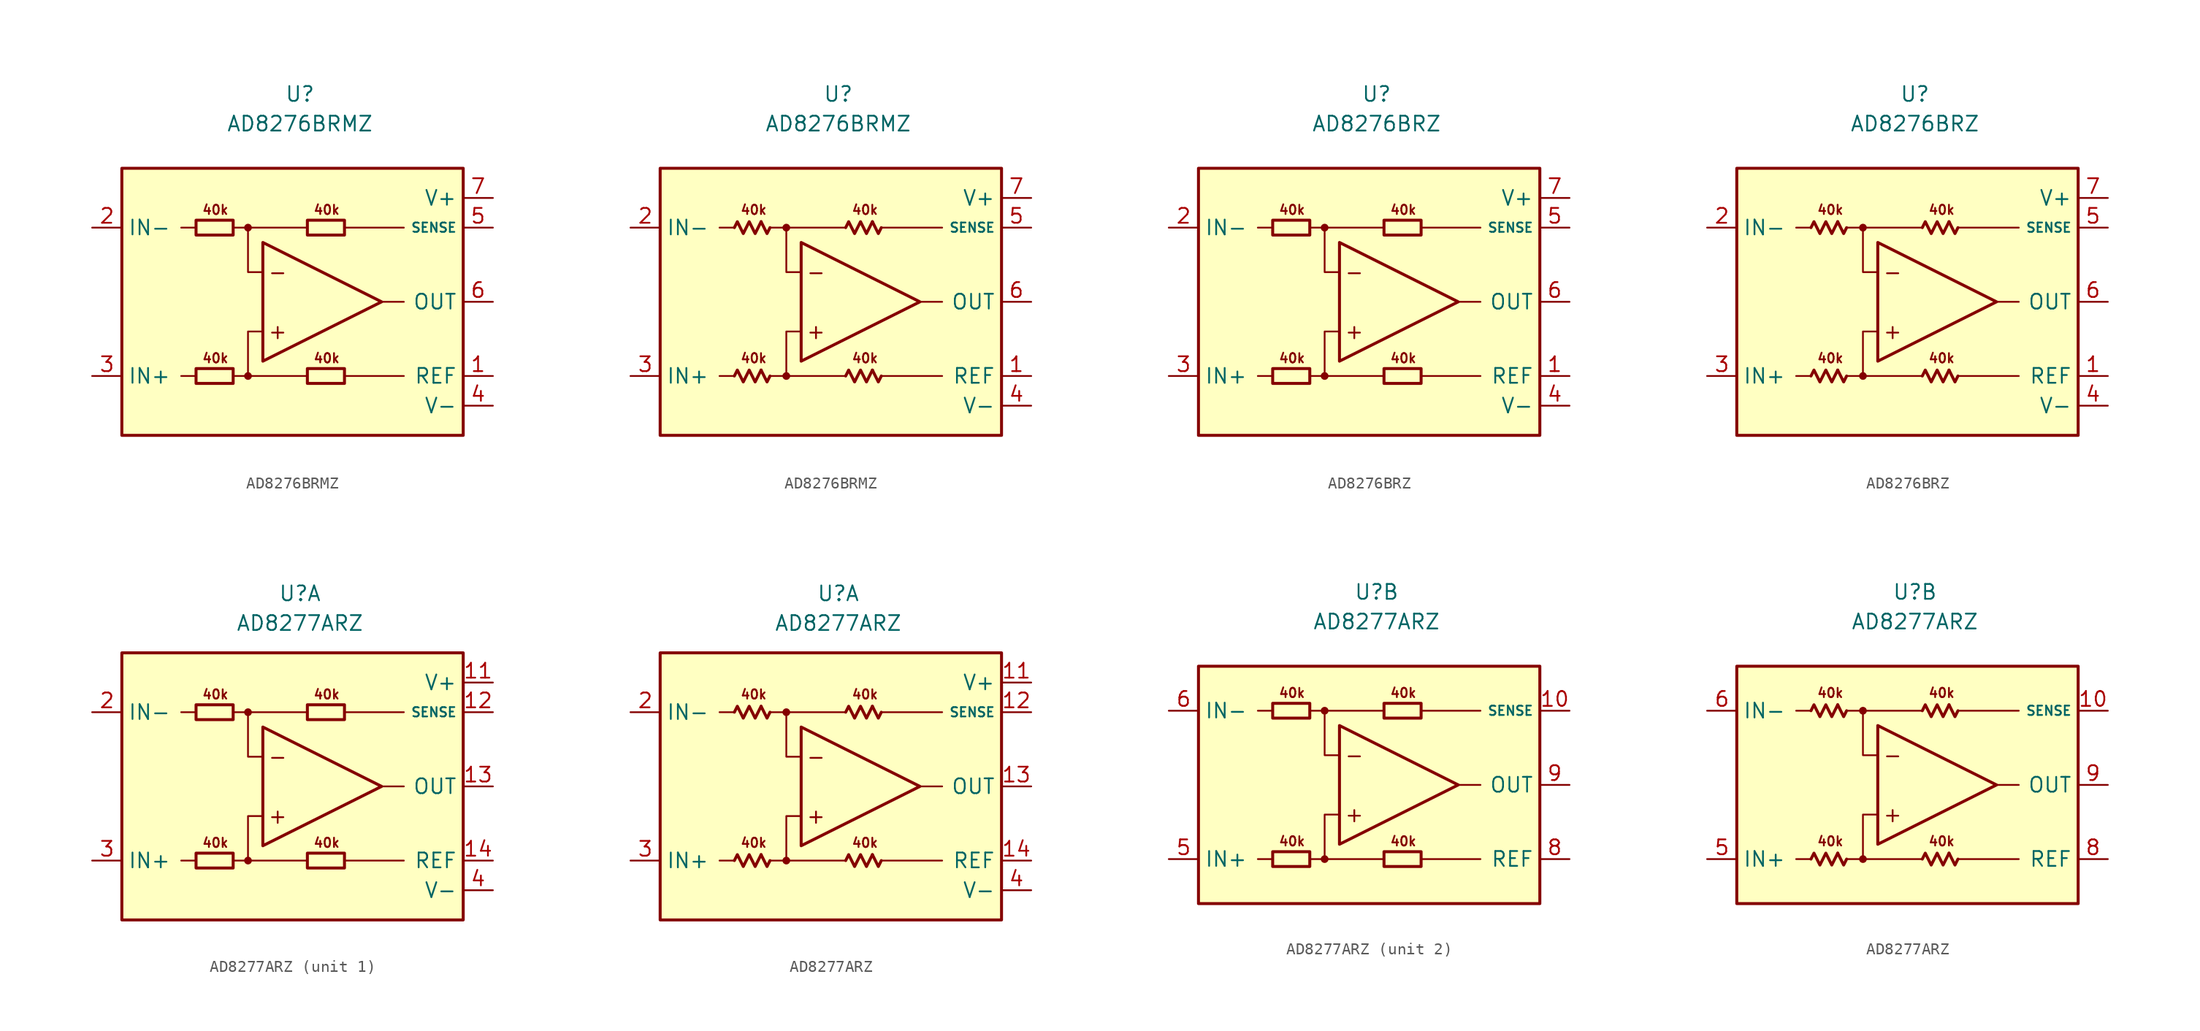
<source format=kicad_sym>
(kicad_symbol_lib
  (version 20231120)
  (generator "kicad_symbol_editor")
  (generator_version "8.0")
  (symbol "AD8276BRMZ"
    (property "Reference" "U"
      (at 0 17.78 0)
      (effects (font (size 1.27 1.27))))
    (property "Value" "AD8276BRMZ"
      (at 0 15.24 0)
      (effects (font (size 1.27 1.27))))
    (symbol "AD8276BRMZ_0_0"
      (rectangle (start -15.24 11.43) (end 13.97 -11.43) (stroke (width 0.254) (type default)) (fill (type background)))
      (circle (center -4.445 -6.35) (radius 0.254) (stroke (width 0.152) (type default)) (fill (type outline)))
      (circle (center -4.445 6.35) (radius 0.254) (stroke (width 0.152) (type default)) (fill (type outline)))
      (polyline (pts (xy -8.89 -6.35) (xy -10.16 -6.35)) (stroke (width 0.152) (type default)) (fill (type none)))
      (polyline (pts (xy -8.89 6.35) (xy -10.16 6.35)) (stroke (width 0.152) (type default)) (fill (type none)))
      (polyline (pts (xy -4.445 6.35) (xy 0.635 6.35)) (stroke (width 0.152) (type default)) (fill (type none)))
      (polyline (pts (xy 0.635 -6.35) (xy -4.445 -6.35)) (stroke (width 0.152) (type default)) (fill (type none)))
      (polyline (pts (xy 3.81 -6.35) (xy 8.89 -6.35)) (stroke (width 0.152) (type default)) (fill (type none)))
      (polyline (pts (xy 3.81 6.35) (xy 8.89 6.35)) (stroke (width 0.152) (type default)) (fill (type none)))
      (polyline (pts (xy 6.985 0) (xy 8.89 0)) (stroke (width 0.152) (type default)) (fill (type none)))
      (polyline (pts (xy -5.715 -6.35) (xy -4.445 -6.35) (xy -4.445 -2.54) (xy -3.175 -2.54)) (stroke (width 0.152) (type default)) (fill (type none)))
      (polyline (pts (xy -3.175 2.54) (xy -4.445 2.54) (xy -4.445 6.35) (xy -5.715 6.35)) (stroke (width 0.152) (type default)) (fill (type none)))
      (polyline (pts (xy -3.175 5.08) (xy -3.175 -5.08) (xy 6.985 0) (xy -3.175 5.08)) (stroke (width 0.254) (type default)) (fill (type none)))
      (text "+" (at -1.905 -2.54 0) (effects (font (size 1.27 1.27))))
      (text "-" (at -1.905 2.54 0) (effects (font (size 1.27 1.27))))
      (text "40k" (at -7.239 -4.826 0) (effects (font (size 0.8 0.8))))
      (text "40k" (at -7.239 7.874 0) (effects (font (size 0.8 0.8))))
      (text "40k" (at 2.286 -4.826 0) (effects (font (size 0.8 0.8))))
      (text "40k" (at 2.286 7.874 0) (effects (font (size 0.8 0.8)))))
    (symbol "AD8276BRMZ_0_1"
      (rectangle (start -8.89 -5.715) (end -5.715 -6.985) (stroke (width 0.254) (type default)) (fill (type none)))
      (rectangle (start -8.89 6.985) (end -5.715 5.715) (stroke (width 0.254) (type default)) (fill (type none)))
      (rectangle (start 0.635 -5.715) (end 3.81 -6.985) (stroke (width 0.254) (type default)) (fill (type none)))
      (rectangle (start 0.635 6.985) (end 3.81 5.715) (stroke (width 0.254) (type default)) (fill (type none))))
    (symbol "AD8276BRMZ_0_2"
      (polyline (pts (xy -6.604 -5.842) (xy -6.096 -6.858) (xy -5.842 -6.35)) (stroke (width 0.254) (type default)) (fill (type none)))
      (polyline (pts (xy -6.604 6.858) (xy -6.096 5.842) (xy -5.842 6.35)) (stroke (width 0.254) (type default)) (fill (type none)))
      (polyline (pts (xy 2.921 -5.842) (xy 3.429 -6.858) (xy 3.683 -6.35)) (stroke (width 0.254) (type default)) (fill (type none)))
      (polyline (pts (xy 2.921 6.858) (xy 3.429 5.842) (xy 3.683 6.35)) (stroke (width 0.254) (type default)) (fill (type none)))
      (polyline (pts (xy -8.89 -6.35) (xy -8.636 -5.842) (xy -8.128 -6.858) (xy -7.62 -5.842) (xy -7.112 -6.858) (xy -6.604 -5.842)) (stroke (width 0.254) (type default)) (fill (type none)))
      (polyline (pts (xy -8.89 6.35) (xy -8.636 6.858) (xy -8.128 5.842) (xy -7.62 6.858) (xy -7.112 5.842) (xy -6.604 6.858)) (stroke (width 0.254) (type default)) (fill (type none)))
      (polyline (pts (xy 0.635 -6.35) (xy 0.889 -5.842) (xy 1.397 -6.858) (xy 1.905 -5.842) (xy 2.413 -6.858) (xy 2.921 -5.842)) (stroke (width 0.254) (type default)) (fill (type none)))
      (polyline (pts (xy 0.635 6.35) (xy 0.889 6.858) (xy 1.397 5.842) (xy 1.905 6.858) (xy 2.413 5.842) (xy 2.921 6.858)) (stroke (width 0.254) (type default)) (fill (type none))))
    (symbol "AD8276BRMZ_1_1"
      (pin input line (at 16.51 -6.35 180) (length 2.54) (name "REF" (effects (font (size 1.27 1.27)))) (number "1" (effects (font (size 1.27 1.27)))))
      (pin input line (at -17.78 6.35 0) (length 2.54) (name "IN-" (effects (font (size 1.27 1.27)))) (number "2" (effects (font (size 1.27 1.27)))))
      (pin input line (at -17.78 -6.35 0) (length 2.54) (name "IN+" (effects (font (size 1.27 1.27)))) (number "3" (effects (font (size 1.27 1.27)))))
      (pin power_in line (at 16.51 -8.89 180) (length 2.54) (name "V-" (effects (font (size 1.27 1.27)))) (number "4" (effects (font (size 1.27 1.27)))))
      (pin input line (at 16.51 6.35 180) (length 2.54) (name "SENSE" (effects (font (size 0.8 0.8)))) (number "5" (effects (font (size 1.27 1.27)))))
      (pin output line (at 16.51 0 180) (length 2.54) (name "OUT" (effects (font (size 1.27 1.27)))) (number "6" (effects (font (size 1.27 1.27)))))
      (pin power_in line (at 16.51 8.89 180) (length 2.54) (name "V+" (effects (font (size 1.27 1.27)))) (number "7" (effects (font (size 1.27 1.27)))))
      (pin free line (at -7.62 0 0) (length 2.54) hide (name "NC" (effects (font (size 1.27 1.27)))) (number "8" (effects (font (size 1.27 1.27))))))
    (symbol "AD8276BRMZ_1_2"
      (pin input line (at 16.51 -6.35 180) (length 2.54) (name "REF" (effects (font (size 1.27 1.27)))) (number "1" (effects (font (size 1.27 1.27)))))
      (pin input line (at -17.78 6.35 0) (length 2.54) (name "IN-" (effects (font (size 1.27 1.27)))) (number "2" (effects (font (size 1.27 1.27)))))
      (pin input line (at -17.78 -6.35 0) (length 2.54) (name "IN+" (effects (font (size 1.27 1.27)))) (number "3" (effects (font (size 1.27 1.27)))))
      (pin power_in line (at 16.51 -8.89 180) (length 2.54) (name "V-" (effects (font (size 1.27 1.27)))) (number "4" (effects (font (size 1.27 1.27)))))
      (pin input line (at 16.51 6.35 180) (length 2.54) (name "SENSE" (effects (font (size 0.8 0.8)))) (number "5" (effects (font (size 1.27 1.27)))))
      (pin output line (at 16.51 0 180) (length 2.54) (name "OUT" (effects (font (size 1.27 1.27)))) (number "6" (effects (font (size 1.27 1.27)))))
      (pin power_in line (at 16.51 8.89 180) (length 2.54) (name "V+" (effects (font (size 1.27 1.27)))) (number "7" (effects (font (size 1.27 1.27)))))
      (pin free line (at -7.62 0 0) (length 2.54) hide (name "NC" (effects (font (size 1.27 1.27)))) (number "8" (effects (font (size 1.27 1.27)))))))
  (symbol "AD8276BRZ"
    (property "Reference" "U"
      (at 0 17.78 0)
      (effects (font (size 1.27 1.27))))
    (property "Value" "AD8276BRZ"
      (at 0 15.24 0)
      (effects (font (size 1.27 1.27))))
    (symbol "AD8276BRZ_0_0"
      (rectangle (start -15.24 11.43) (end 13.97 -11.43) (stroke (width 0.254) (type default)) (fill (type background)))
      (circle (center -4.445 -6.35) (radius 0.254) (stroke (width 0.152) (type default)) (fill (type outline)))
      (circle (center -4.445 6.35) (radius 0.254) (stroke (width 0.152) (type default)) (fill (type outline)))
      (polyline (pts (xy -8.89 -6.35) (xy -10.16 -6.35)) (stroke (width 0.152) (type default)) (fill (type none)))
      (polyline (pts (xy -8.89 6.35) (xy -10.16 6.35)) (stroke (width 0.152) (type default)) (fill (type none)))
      (polyline (pts (xy -4.445 6.35) (xy 0.635 6.35)) (stroke (width 0.152) (type default)) (fill (type none)))
      (polyline (pts (xy 0.635 -6.35) (xy -4.445 -6.35)) (stroke (width 0.152) (type default)) (fill (type none)))
      (polyline (pts (xy 3.81 -6.35) (xy 8.89 -6.35)) (stroke (width 0.152) (type default)) (fill (type none)))
      (polyline (pts (xy 3.81 6.35) (xy 8.89 6.35)) (stroke (width 0.152) (type default)) (fill (type none)))
      (polyline (pts (xy 6.985 0) (xy 8.89 0)) (stroke (width 0.152) (type default)) (fill (type none)))
      (polyline (pts (xy -5.715 -6.35) (xy -4.445 -6.35) (xy -4.445 -2.54) (xy -3.175 -2.54)) (stroke (width 0.152) (type default)) (fill (type none)))
      (polyline (pts (xy -3.175 2.54) (xy -4.445 2.54) (xy -4.445 6.35) (xy -5.715 6.35)) (stroke (width 0.152) (type default)) (fill (type none)))
      (polyline (pts (xy -3.175 5.08) (xy -3.175 -5.08) (xy 6.985 0) (xy -3.175 5.08)) (stroke (width 0.254) (type default)) (fill (type none)))
      (text "+" (at -1.905 -2.54 0) (effects (font (size 1.27 1.27))))
      (text "-" (at -1.905 2.54 0) (effects (font (size 1.27 1.27))))
      (text "40k" (at -7.239 -4.826 0) (effects (font (size 0.8 0.8))))
      (text "40k" (at -7.239 7.874 0) (effects (font (size 0.8 0.8))))
      (text "40k" (at 2.286 -4.826 0) (effects (font (size 0.8 0.8))))
      (text "40k" (at 2.286 7.874 0) (effects (font (size 0.8 0.8)))))
    (symbol "AD8276BRZ_0_1"
      (rectangle (start -8.89 -5.715) (end -5.715 -6.985) (stroke (width 0.254) (type default)) (fill (type none)))
      (rectangle (start -8.89 6.985) (end -5.715 5.715) (stroke (width 0.254) (type default)) (fill (type none)))
      (rectangle (start 0.635 -5.715) (end 3.81 -6.985) (stroke (width 0.254) (type default)) (fill (type none)))
      (rectangle (start 0.635 6.985) (end 3.81 5.715) (stroke (width 0.254) (type default)) (fill (type none))))
    (symbol "AD8276BRZ_0_2"
      (polyline (pts (xy -6.604 -5.842) (xy -6.096 -6.858) (xy -5.842 -6.35)) (stroke (width 0.254) (type default)) (fill (type none)))
      (polyline (pts (xy -6.604 6.858) (xy -6.096 5.842) (xy -5.842 6.35)) (stroke (width 0.254) (type default)) (fill (type none)))
      (polyline (pts (xy 2.921 -5.842) (xy 3.429 -6.858) (xy 3.683 -6.35)) (stroke (width 0.254) (type default)) (fill (type none)))
      (polyline (pts (xy 2.921 6.858) (xy 3.429 5.842) (xy 3.683 6.35)) (stroke (width 0.254) (type default)) (fill (type none)))
      (polyline (pts (xy -8.89 -6.35) (xy -8.636 -5.842) (xy -8.128 -6.858) (xy -7.62 -5.842) (xy -7.112 -6.858) (xy -6.604 -5.842)) (stroke (width 0.254) (type default)) (fill (type none)))
      (polyline (pts (xy -8.89 6.35) (xy -8.636 6.858) (xy -8.128 5.842) (xy -7.62 6.858) (xy -7.112 5.842) (xy -6.604 6.858)) (stroke (width 0.254) (type default)) (fill (type none)))
      (polyline (pts (xy 0.635 -6.35) (xy 0.889 -5.842) (xy 1.397 -6.858) (xy 1.905 -5.842) (xy 2.413 -6.858) (xy 2.921 -5.842)) (stroke (width 0.254) (type default)) (fill (type none)))
      (polyline (pts (xy 0.635 6.35) (xy 0.889 6.858) (xy 1.397 5.842) (xy 1.905 6.858) (xy 2.413 5.842) (xy 2.921 6.858)) (stroke (width 0.254) (type default)) (fill (type none))))
    (symbol "AD8276BRZ_1_1"
      (pin input line (at 16.51 -6.35 180) (length 2.54) (name "REF" (effects (font (size 1.27 1.27)))) (number "1" (effects (font (size 1.27 1.27)))))
      (pin input line (at -17.78 6.35 0) (length 2.54) (name "IN-" (effects (font (size 1.27 1.27)))) (number "2" (effects (font (size 1.27 1.27)))))
      (pin input line (at -17.78 -6.35 0) (length 2.54) (name "IN+" (effects (font (size 1.27 1.27)))) (number "3" (effects (font (size 1.27 1.27)))))
      (pin power_in line (at 16.51 -8.89 180) (length 2.54) (name "V-" (effects (font (size 1.27 1.27)))) (number "4" (effects (font (size 1.27 1.27)))))
      (pin input line (at 16.51 6.35 180) (length 2.54) (name "SENSE" (effects (font (size 0.8 0.8)))) (number "5" (effects (font (size 1.27 1.27)))))
      (pin output line (at 16.51 0 180) (length 2.54) (name "OUT" (effects (font (size 1.27 1.27)))) (number "6" (effects (font (size 1.27 1.27)))))
      (pin power_in line (at 16.51 8.89 180) (length 2.54) (name "V+" (effects (font (size 1.27 1.27)))) (number "7" (effects (font (size 1.27 1.27)))))
      (pin free line (at -7.62 0 0) (length 2.54) hide (name "NC" (effects (font (size 1.27 1.27)))) (number "8" (effects (font (size 1.27 1.27))))))
    (symbol "AD8276BRZ_1_2"
      (pin input line (at 16.51 -6.35 180) (length 2.54) (name "REF" (effects (font (size 1.27 1.27)))) (number "1" (effects (font (size 1.27 1.27)))))
      (pin input line (at -17.78 6.35 0) (length 2.54) (name "IN-" (effects (font (size 1.27 1.27)))) (number "2" (effects (font (size 1.27 1.27)))))
      (pin input line (at -17.78 -6.35 0) (length 2.54) (name "IN+" (effects (font (size 1.27 1.27)))) (number "3" (effects (font (size 1.27 1.27)))))
      (pin power_in line (at 16.51 -8.89 180) (length 2.54) (name "V-" (effects (font (size 1.27 1.27)))) (number "4" (effects (font (size 1.27 1.27)))))
      (pin input line (at 16.51 6.35 180) (length 2.54) (name "SENSE" (effects (font (size 0.8 0.8)))) (number "5" (effects (font (size 1.27 1.27)))))
      (pin output line (at 16.51 0 180) (length 2.54) (name "OUT" (effects (font (size 1.27 1.27)))) (number "6" (effects (font (size 1.27 1.27)))))
      (pin power_in line (at 16.51 8.89 180) (length 2.54) (name "V+" (effects (font (size 1.27 1.27)))) (number "7" (effects (font (size 1.27 1.27)))))
      (pin free line (at -7.62 0 0) (length 2.54) hide (name "NC" (effects (font (size 1.27 1.27)))) (number "8" (effects (font (size 1.27 1.27)))))))
  (symbol "AD8277ARZ"
    (property "Reference" "U"
      (at 0 16.51 0)
      (effects (font (size 1.27 1.27))))
    (property "Value" "AD8277ARZ"
      (at 0 13.97 0)
      (effects (font (size 1.27 1.27))))
    (property "ki_locked" ""
      (at 0 0 0)
      (effects (font (size 1.27 1.27))))
    (symbol "AD8277ARZ_0_0"
      (circle (center -4.445 -6.35) (radius 0.254) (stroke (width 0.152) (type default)) (fill (type outline)))
      (circle (center -4.445 6.35) (radius 0.254) (stroke (width 0.152) (type default)) (fill (type outline)))
      (polyline (pts (xy -8.89 -6.35) (xy -10.16 -6.35)) (stroke (width 0.152) (type default)) (fill (type none)))
      (polyline (pts (xy -8.89 6.35) (xy -10.16 6.35)) (stroke (width 0.152) (type default)) (fill (type none)))
      (polyline (pts (xy -4.445 6.35) (xy 0.635 6.35)) (stroke (width 0.152) (type default)) (fill (type none)))
      (polyline (pts (xy 0.635 -6.35) (xy -4.445 -6.35)) (stroke (width 0.152) (type default)) (fill (type none)))
      (polyline (pts (xy 3.81 -6.35) (xy 8.89 -6.35)) (stroke (width 0.152) (type default)) (fill (type none)))
      (polyline (pts (xy 3.81 6.35) (xy 8.89 6.35)) (stroke (width 0.152) (type default)) (fill (type none)))
      (polyline (pts (xy 6.985 0) (xy 8.89 0)) (stroke (width 0.152) (type default)) (fill (type none)))
      (polyline (pts (xy -5.715 -6.35) (xy -4.445 -6.35) (xy -4.445 -2.54) (xy -3.175 -2.54)) (stroke (width 0.152) (type default)) (fill (type none)))
      (polyline (pts (xy -3.175 2.54) (xy -4.445 2.54) (xy -4.445 6.35) (xy -5.715 6.35)) (stroke (width 0.152) (type default)) (fill (type none)))
      (polyline (pts (xy -3.175 5.08) (xy -3.175 -5.08) (xy 6.985 0) (xy -3.175 5.08)) (stroke (width 0.254) (type default)) (fill (type background)))
      (text "+" (at -1.905 -2.54 0) (effects (font (size 1.27 1.27))))
      (text "-" (at -1.905 2.54 0) (effects (font (size 1.27 1.27))))
      (text "40k" (at -7.239 -4.826 0) (effects (font (size 0.8 0.8))))
      (text "40k" (at -7.239 7.874 0) (effects (font (size 0.8 0.8))))
      (text "40k" (at 2.286 -4.826 0) (effects (font (size 0.8 0.8))))
      (text "40k" (at 2.286 7.874 0) (effects (font (size 0.8 0.8)))))
    (symbol "AD8277ARZ_0_1"
      (rectangle (start -8.89 -5.715) (end -5.715 -6.985) (stroke (width 0.254) (type default)) (fill (type none)))
      (rectangle (start -8.89 6.985) (end -5.715 5.715) (stroke (width 0.254) (type default)) (fill (type none)))
      (rectangle (start 0.635 -5.715) (end 3.81 -6.985) (stroke (width 0.254) (type default)) (fill (type none)))
      (rectangle (start 0.635 6.985) (end 3.81 5.715) (stroke (width 0.254) (type default)) (fill (type none))))
    (symbol "AD8277ARZ_0_2"
      (polyline (pts (xy -6.604 -5.842) (xy -6.096 -6.858) (xy -5.842 -6.35)) (stroke (width 0.254) (type default)) (fill (type none)))
      (polyline (pts (xy -6.604 6.858) (xy -6.096 5.842) (xy -5.842 6.35)) (stroke (width 0.254) (type default)) (fill (type none)))
      (polyline (pts (xy 2.921 -5.842) (xy 3.429 -6.858) (xy 3.683 -6.35)) (stroke (width 0.254) (type default)) (fill (type none)))
      (polyline (pts (xy 2.921 6.858) (xy 3.429 5.842) (xy 3.683 6.35)) (stroke (width 0.254) (type default)) (fill (type none)))
      (polyline (pts (xy -8.89 -6.35) (xy -8.636 -5.842) (xy -8.128 -6.858) (xy -7.62 -5.842) (xy -7.112 -6.858) (xy -6.604 -5.842)) (stroke (width 0.254) (type default)) (fill (type none)))
      (polyline (pts (xy -8.89 6.35) (xy -8.636 6.858) (xy -8.128 5.842) (xy -7.62 6.858) (xy -7.112 5.842) (xy -6.604 6.858)) (stroke (width 0.254) (type default)) (fill (type none)))
      (polyline (pts (xy 0.635 -6.35) (xy 0.889 -5.842) (xy 1.397 -6.858) (xy 1.905 -5.842) (xy 2.413 -6.858) (xy 2.921 -5.842)) (stroke (width 0.254) (type default)) (fill (type none)))
      (polyline (pts (xy 0.635 6.35) (xy 0.889 6.858) (xy 1.397 5.842) (xy 1.905 6.858) (xy 2.413 5.842) (xy 2.921 6.858)) (stroke (width 0.254) (type default)) (fill (type none))))
    (symbol "AD8277ARZ_1_0"
      (rectangle (start -15.24 11.43) (end 13.97 -11.43) (stroke (width 0.254) (type default)) (fill (type background))))
    (symbol "AD8277ARZ_1_1"
      (pin free line (at -8.89 1.27 0) (length 2.54) hide (name "NC" (effects (font (size 1.27 1.27)))) (number "1" (effects (font (size 1.27 1.27)))))
      (pin power_in line (at 16.51 8.89 180) (length 2.54) (name "V+" (effects (font (size 1.27 1.27)))) (number "11" (effects (font (size 1.27 1.27)))))
      (pin input line (at 16.51 6.35 180) (length 2.54) (name "SENSE" (effects (font (size 0.8 0.8)))) (number "12" (effects (font (size 1.27 1.27)))))
      (pin output line (at 16.51 0 180) (length 2.54) (name "OUT" (effects (font (size 1.27 1.27)))) (number "13" (effects (font (size 1.27 1.27)))))
      (pin input line (at 16.51 -6.35 180) (length 2.54) (name "REF" (effects (font (size 1.27 1.27)))) (number "14" (effects (font (size 1.27 1.27)))))
      (pin input line (at -17.78 6.35 0) (length 2.54) (name "IN-" (effects (font (size 1.27 1.27)))) (number "2" (effects (font (size 1.27 1.27)))))
      (pin input line (at -17.78 -6.35 0) (length 2.54) (name "IN+" (effects (font (size 1.27 1.27)))) (number "3" (effects (font (size 1.27 1.27)))))
      (pin power_in line (at 16.51 -8.89 180) (length 2.54) (name "V-" (effects (font (size 1.27 1.27)))) (number "4" (effects (font (size 1.27 1.27)))))
      (pin free line (at -8.89 -1.27 0) (length 2.54) hide (name "NC" (effects (font (size 1.27 1.27)))) (number "7" (effects (font (size 1.27 1.27))))))
    (symbol "AD8277ARZ_1_2"
      (pin free line (at -8.89 1.27 0) (length 2.54) hide (name "NC" (effects (font (size 1.27 1.27)))) (number "1" (effects (font (size 1.27 1.27)))))
      (pin power_in line (at 16.51 8.89 180) (length 2.54) (name "V+" (effects (font (size 1.27 1.27)))) (number "11" (effects (font (size 1.27 1.27)))))
      (pin input line (at 16.51 6.35 180) (length 2.54) (name "SENSE" (effects (font (size 0.8 0.8)))) (number "12" (effects (font (size 1.27 1.27)))))
      (pin output line (at 16.51 0 180) (length 2.54) (name "OUT" (effects (font (size 1.27 1.27)))) (number "13" (effects (font (size 1.27 1.27)))))
      (pin input line (at 16.51 -6.35 180) (length 2.54) (name "REF" (effects (font (size 1.27 1.27)))) (number "14" (effects (font (size 1.27 1.27)))))
      (pin input line (at -17.78 6.35 0) (length 2.54) (name "IN-" (effects (font (size 1.27 1.27)))) (number "2" (effects (font (size 1.27 1.27)))))
      (pin input line (at -17.78 -6.35 0) (length 2.54) (name "IN+" (effects (font (size 1.27 1.27)))) (number "3" (effects (font (size 1.27 1.27)))))
      (pin power_in line (at 16.51 -8.89 180) (length 2.54) (name "V-" (effects (font (size 1.27 1.27)))) (number "4" (effects (font (size 1.27 1.27)))))
      (pin free line (at -8.89 -1.27 0) (length 2.54) hide (name "NC" (effects (font (size 1.27 1.27)))) (number "7" (effects (font (size 1.27 1.27))))))
    (symbol "AD8277ARZ_2_0"
      (rectangle (start -15.24 10.16) (end 13.97 -10.16) (stroke (width 0.254) (type default)) (fill (type background))))
    (symbol "AD8277ARZ_2_1"
      (pin input line (at 16.51 6.35 180) (length 2.54) (name "SENSE" (effects (font (size 0.8 0.8)))) (number "10" (effects (font (size 1.27 1.27)))))
      (pin input line (at -17.78 -6.35 0) (length 2.54) (name "IN+" (effects (font (size 1.27 1.27)))) (number "5" (effects (font (size 1.27 1.27)))))
      (pin input line (at -17.78 6.35 0) (length 2.54) (name "IN-" (effects (font (size 1.27 1.27)))) (number "6" (effects (font (size 1.27 1.27)))))
      (pin input line (at 16.51 -6.35 180) (length 2.54) (name "REF" (effects (font (size 1.27 1.27)))) (number "8" (effects (font (size 1.27 1.27)))))
      (pin output line (at 16.51 0 180) (length 2.54) (name "OUT" (effects (font (size 1.27 1.27)))) (number "9" (effects (font (size 1.27 1.27))))))
    (symbol "AD8277ARZ_2_2"
      (pin input line (at 16.51 6.35 180) (length 2.54) (name "SENSE" (effects (font (size 0.8 0.8)))) (number "10" (effects (font (size 1.27 1.27)))))
      (pin input line (at -17.78 -6.35 0) (length 2.54) (name "IN+" (effects (font (size 1.27 1.27)))) (number "5" (effects (font (size 1.27 1.27)))))
      (pin input line (at -17.78 6.35 0) (length 2.54) (name "IN-" (effects (font (size 1.27 1.27)))) (number "6" (effects (font (size 1.27 1.27)))))
      (pin input line (at 16.51 -6.35 180) (length 2.54) (name "REF" (effects (font (size 1.27 1.27)))) (number "8" (effects (font (size 1.27 1.27)))))
      (pin output line (at 16.51 0 180) (length 2.54) (name "OUT" (effects (font (size 1.27 1.27)))) (number "9" (effects (font (size 1.27 1.27))))))))
</source>
